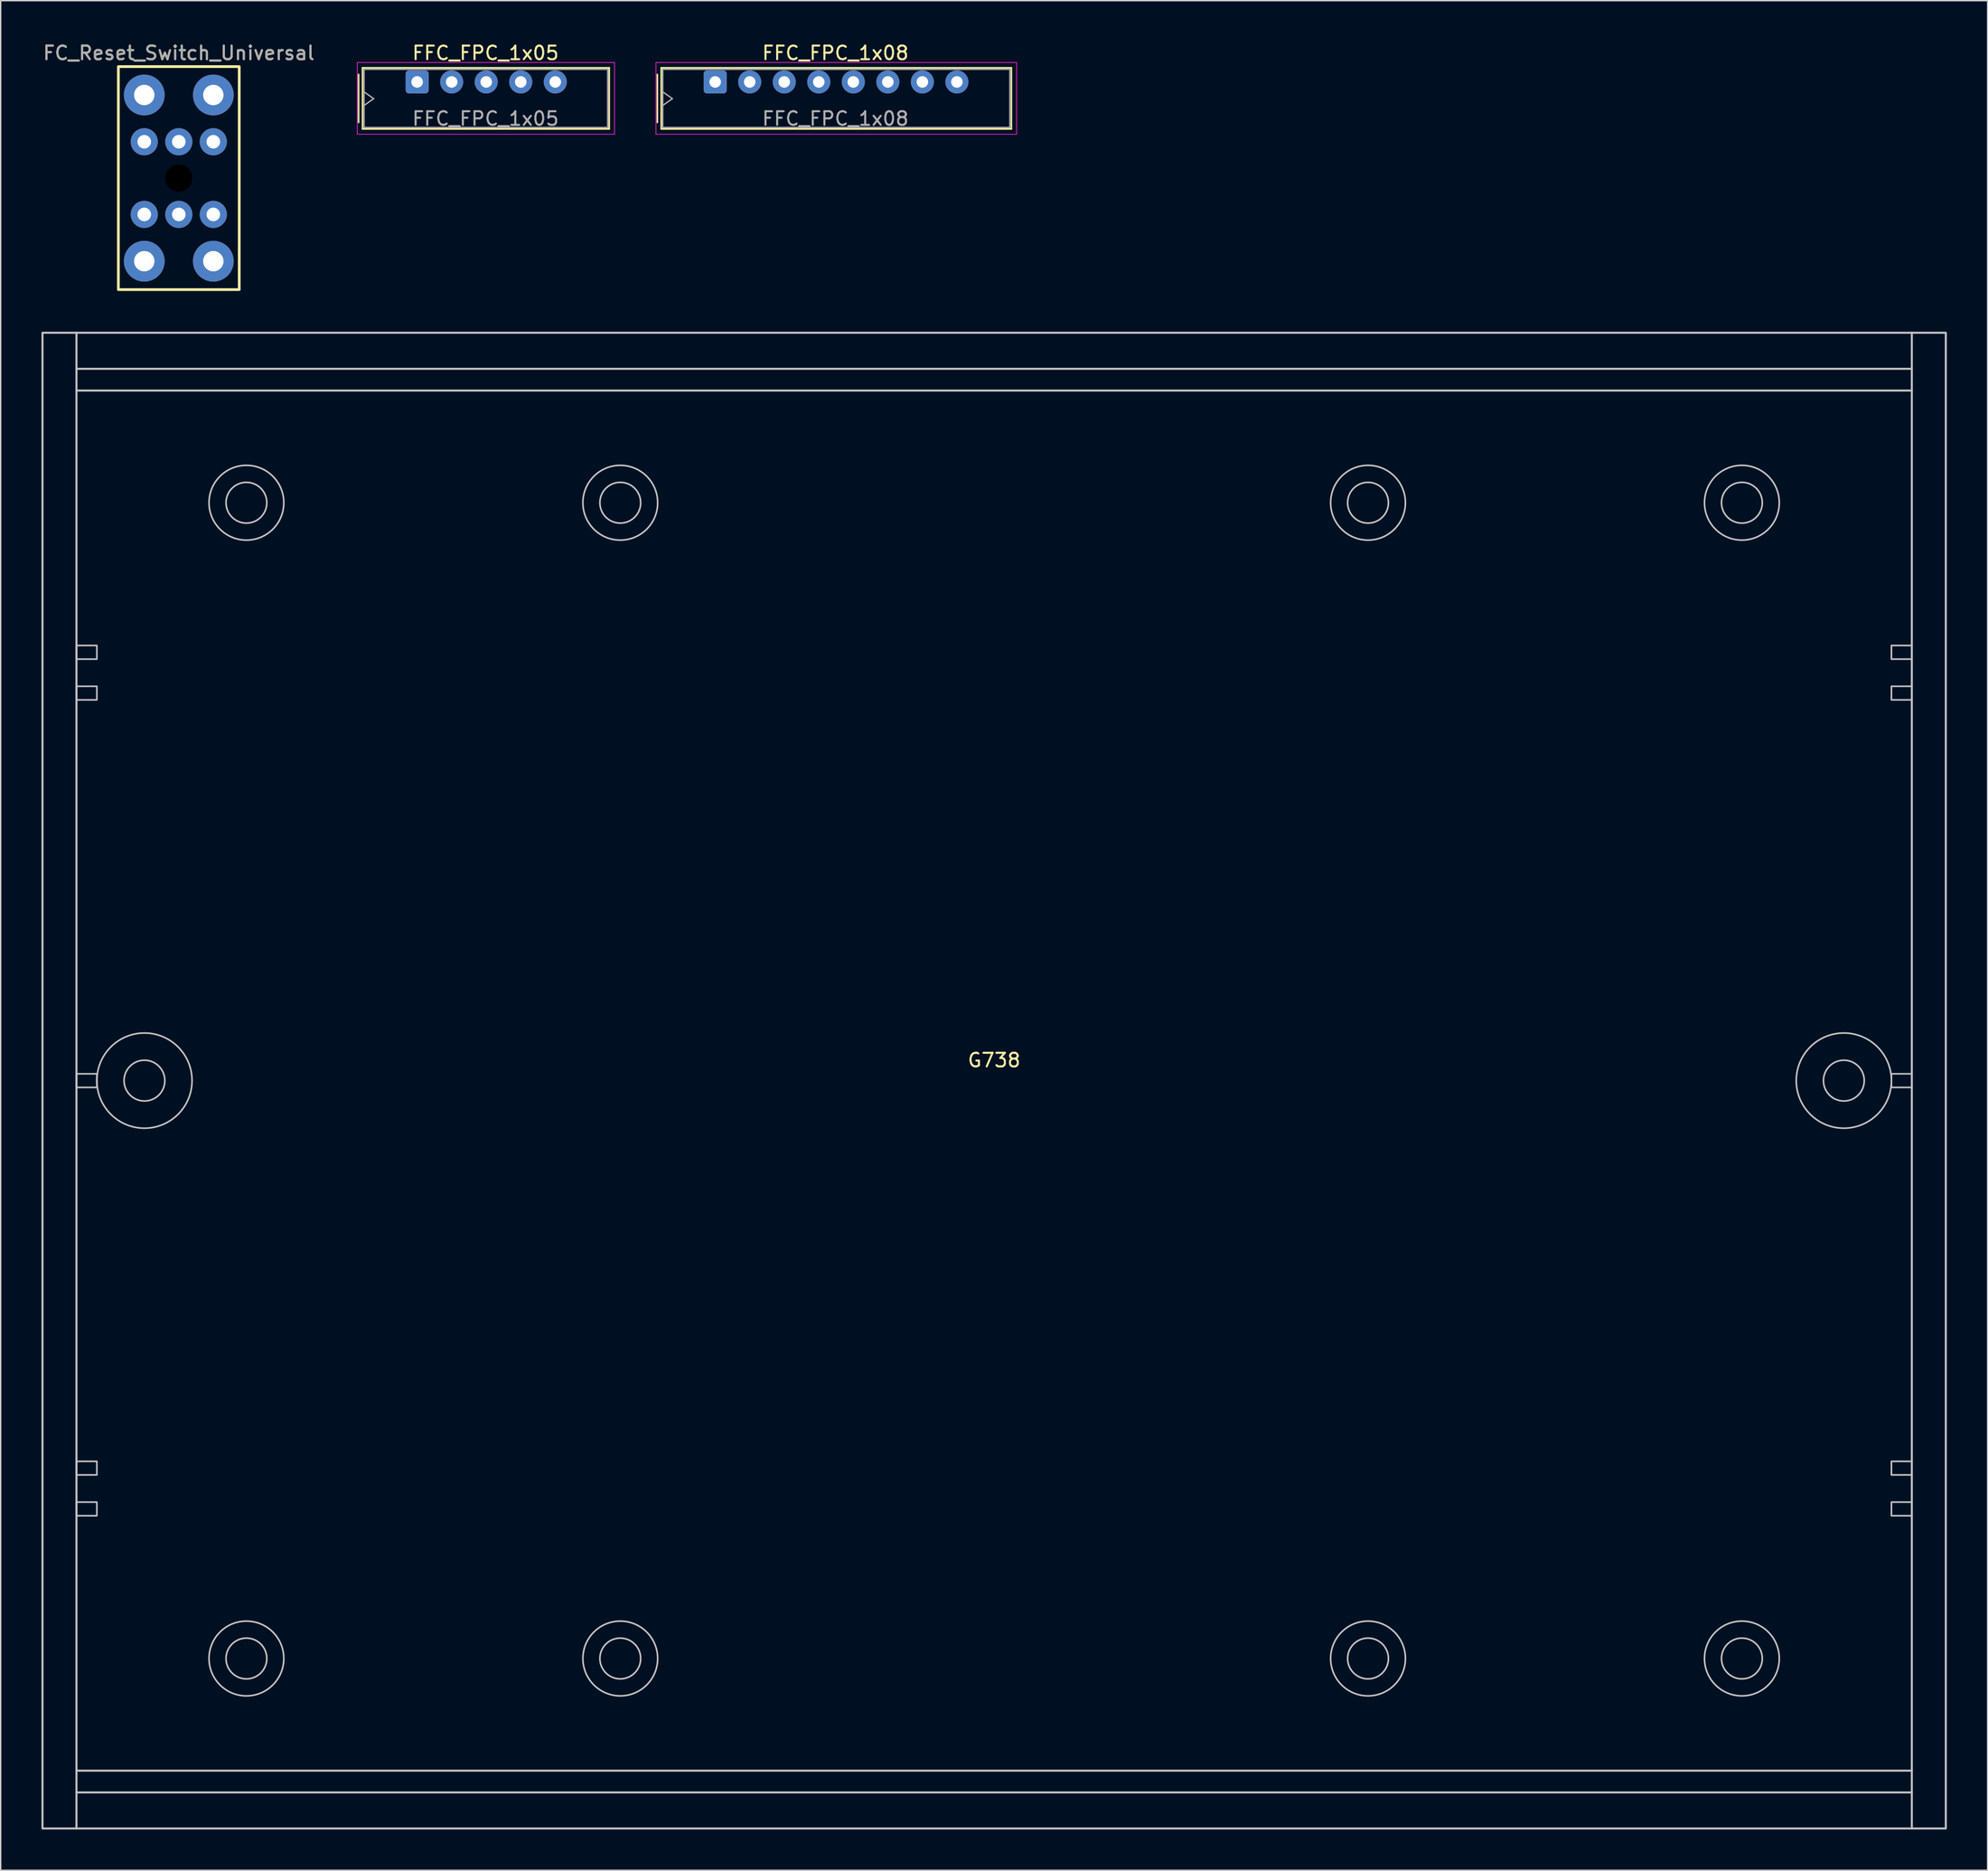
<source format=kicad_pcb>
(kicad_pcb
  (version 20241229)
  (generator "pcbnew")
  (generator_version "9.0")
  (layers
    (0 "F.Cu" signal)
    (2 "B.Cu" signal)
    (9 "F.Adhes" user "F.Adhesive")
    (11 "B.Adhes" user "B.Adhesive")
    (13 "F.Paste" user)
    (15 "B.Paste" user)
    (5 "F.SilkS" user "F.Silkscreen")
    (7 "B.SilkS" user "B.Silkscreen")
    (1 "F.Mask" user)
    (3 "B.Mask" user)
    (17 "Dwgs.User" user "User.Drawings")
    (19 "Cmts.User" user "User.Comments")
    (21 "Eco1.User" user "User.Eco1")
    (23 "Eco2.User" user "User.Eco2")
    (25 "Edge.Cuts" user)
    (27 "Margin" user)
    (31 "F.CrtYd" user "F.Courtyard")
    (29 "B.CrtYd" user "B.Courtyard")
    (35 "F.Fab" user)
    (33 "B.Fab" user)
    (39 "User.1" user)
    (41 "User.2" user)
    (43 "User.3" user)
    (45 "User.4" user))
  (footprint "FC_Reset_Switch_Universal"
    (layer "F.Cu")
    (at 10.101 10.048)
    (property "Reference" "FC_Reset_Switch_Universal" (at 0 -9.2 0) (unlocked yes) (layer "F.SilkS") (effects (font (size 1 1) (thickness 0.15))))
    (attr through_hole)
    (fp_rect (start -4.445 -8.2) (end 4.445 8.2) (stroke (width 0.2) (type solid)) (fill no) (layer "F.SilkS"))
    (fp_text user "${REFERENCE}" (at 0 -9.2 0) (unlocked yes) (layer "F.Fab") (effects (font (size 1 1) (thickness 0.15))))
    (pad "" np_thru_hole circle (at 0 0) (size 2.5 2.5) (drill 2) (layers "*.Mask"))
    (pad "1" thru_hole circle (at -2.54 -6.112) (size 3 3) (drill 1.5) (layers "*.Cu" "*.Mask"))
    (pad "1" thru_hole circle (at -2.54 -2.672) (size 2 2) (drill 1) (layers "*.Cu" "*.Mask"))
    (pad "1" thru_hole circle (at -2.54 2.672) (size 2 2) (drill 1) (layers "*.Cu" "*.Mask"))
    (pad "1" thru_hole circle (at -2.54 6.112) (size 3 3) (drill 1.5) (layers "*.Cu" "*.Mask"))
    (pad "1" thru_hole circle (at 0 -2.672) (size 2 2) (drill 1) (layers "*.Cu" "*.Mask"))
    (pad "1" thru_hole circle (at 0 2.672) (size 2 2) (drill 1) (layers "*.Cu" "*.Mask"))
    (pad "2" thru_hole circle (at 2.54 -6.112) (size 3 3) (drill 1.5) (layers "*.Cu" "*.Mask"))
    (pad "2" thru_hole circle (at 2.54 -2.672) (size 2 2) (drill 1) (layers "*.Cu" "*.Mask"))
    (pad "2" thru_hole circle (at 2.54 2.672) (size 2 2) (drill 1) (layers "*.Cu" "*.Mask"))
    (pad "2" thru_hole circle (at 2.54 6.112) (size 3 3) (drill 1.5) (layers "*.Cu" "*.Mask")))
  (footprint "FFC_FPC_1x08"
    (layer "F.Cu")
    (at 49.555 2.976)
    (property "Reference" "FFC_FPC_1x08" (at 8.844 -2.128 0) (layer "F.SilkS") (effects (font (size 1 1) (thickness 0.15))))
    (attr through_hole)
    (fp_line (start -4.256 -0.548) (end -4.256 2.976) (stroke (width 0.12) (type solid)) (layer "F.SilkS"))
    (fp_line (start -3.966 -1.038) (end -3.966 3.458) (stroke (width 0.12) (type solid)) (layer "F.SilkS"))
    (fp_line (start -3.966 3.458) (end 21.784 3.458) (stroke (width 0.12) (type solid)) (layer "F.SilkS"))
    (fp_line (start 21.784 -1.038) (end -3.966 -1.038) (stroke (width 0.12) (type solid)) (layer "F.SilkS"))
    (fp_line (start 21.784 3.458) (end 21.784 -1.038) (stroke (width 0.12) (type solid)) (layer "F.SilkS"))
    (fp_line (start -4.356 -1.428) (end -4.356 3.848) (stroke (width 0.05) (type solid)) (layer "F.CrtYd"))
    (fp_line (start -4.356 3.848) (end 22.174 3.848) (stroke (width 0.05) (type solid)) (layer "F.CrtYd"))
    (fp_line (start 22.174 -1.428) (end -4.356 -1.428) (stroke (width 0.05) (type solid)) (layer "F.CrtYd"))
    (fp_line (start 22.174 3.848) (end 22.174 -1.428) (stroke (width 0.05) (type solid)) (layer "F.CrtYd"))
    (fp_line (start -3.856 -0.928) (end -3.856 3.348) (stroke (width 0.1) (type solid)) (layer "F.Fab"))
    (fp_line (start -3.856 0.73) (end -3.149 1.23) (stroke (width 0.1) (type solid)) (layer "F.Fab"))
    (fp_line (start -3.856 3.348) (end 21.674 3.348) (stroke (width 0.1) (type solid)) (layer "F.Fab"))
    (fp_line (start -3.149 1.23) (end -3.856 1.73) (stroke (width 0.1) (type solid)) (layer "F.Fab"))
    (fp_line (start 21.674 -0.928) (end -3.856 -0.928) (stroke (width 0.1) (type solid)) (layer "F.Fab"))
    (fp_line (start 21.674 3.348) (end 21.674 -0.928) (stroke (width 0.1) (type solid)) (layer "F.Fab"))
    (fp_text user "${REFERENCE}" (at 8.844 2.7 0) (layer "F.Fab") (effects (font (size 1 1) (thickness 0.15))))
    (pad "1" thru_hole roundrect (at 0 0) (size 1.7 1.7) (drill 0.85) (layers "*.Cu" "*.Mask") (roundrect_rratio 0.144))
    (pad "2" thru_hole circle (at 2.54 0) (size 1.7 1.7) (drill 0.85) (layers "*.Cu" "*.Mask"))
    (pad "3" thru_hole circle (at 5.08 0) (size 1.7 1.7) (drill 0.85) (layers "*.Cu" "*.Mask"))
    (pad "4" thru_hole circle (at 7.62 0) (size 1.7 1.7) (drill 0.85) (layers "*.Cu" "*.Mask"))
    (pad "5" thru_hole circle (at 10.16 0) (size 1.7 1.7) (drill 0.85) (layers "*.Cu" "*.Mask"))
    (pad "6" thru_hole circle (at 12.7 0) (size 1.7 1.7) (drill 0.85) (layers "*.Cu" "*.Mask"))
    (pad "7" thru_hole circle (at 15.24 0) (size 1.7 1.7) (drill 0.85) (layers "*.Cu" "*.Mask"))
    (pad "8" thru_hole circle (at 17.78 0) (size 1.7 1.7) (drill 0.85) (layers "*.Cu" "*.Mask")))
  (footprint "G738"
    (layer "F.Cu")
    (at 70.075 76.423)
    (property "Reference" "G738" (at 0 -1.5 0) (unlocked yes) (layer "F.SilkS") (effects (font (size 1 1) (thickness 0.15))))
    (fp_line (start -67.5 -55) (end -67.5 55) (stroke (width 0.15) (type default)) (layer "Dwgs.User"))
    (fp_line (start -67.5 -52.35) (end 67.5 -52.35) (stroke (width 0.15) (type default)) (layer "Dwgs.User"))
    (fp_line (start -67.5 -50.75) (end 67.5 -50.75) (stroke (width 0.15) (type default)) (layer "Dwgs.User"))
    (fp_line (start -67.5 50.75) (end 67.5 50.75) (stroke (width 0.15) (type default)) (layer "Dwgs.User"))
    (fp_line (start -67.5 52.35) (end 67.5 52.35) (stroke (width 0.15) (type default)) (layer "Dwgs.User"))
    (fp_line (start 67.5 -55) (end 67.5 55) (stroke (width 0.15) (type default)) (layer "Dwgs.User"))
    (fp_rect (start -70 -55) (end 70 55) (stroke (width 0.15) (type default)) (fill no) (layer "Dwgs.User"))
    (fp_rect (start -67.5 -32) (end -66 -31) (stroke (width 0.12) (type default)) (fill no) (layer "Dwgs.User"))
    (fp_rect (start -67.5 -29) (end -66 -28) (stroke (width 0.12) (type default)) (fill no) (layer "Dwgs.User"))
    (fp_rect (start -67.5 -0.5) (end -66 0.5) (stroke (width 0.12) (type default)) (fill no) (layer "Dwgs.User"))
    (fp_rect (start -67.5 28) (end -66 29) (stroke (width 0.12) (type default)) (fill no) (layer "Dwgs.User"))
    (fp_rect (start -67.5 31) (end -66 32) (stroke (width 0.12) (type default)) (fill no) (layer "Dwgs.User"))
    (fp_rect (start 66 -32) (end 67.5 -31) (stroke (width 0.12) (type default)) (fill no) (layer "Dwgs.User"))
    (fp_rect (start 66 -29) (end 67.5 -28) (stroke (width 0.12) (type default)) (fill no) (layer "Dwgs.User"))
    (fp_rect (start 66 28) (end 67.5 29) (stroke (width 0.12) (type default)) (fill no) (layer "Dwgs.User"))
    (fp_rect (start 66 31) (end 67.5 32) (stroke (width 0.12) (type default)) (fill no) (layer "Dwgs.User"))
    (fp_rect (start 67.5 0.5) (end 66 -0.5) (stroke (width 0.12) (type default)) (fill no) (layer "Dwgs.User"))
    (fp_circle (center -62.5 0) (end -61 0) (stroke (width 0.12) (type default)) (fill no) (layer "Dwgs.User"))
    (fp_circle (center -62.5 0) (end -59 0) (stroke (width 0.12) (type default)) (fill no) (layer "Dwgs.User"))
    (fp_circle (center -55 -42.5) (end -53.5 -42.5) (stroke (width 0.12) (type default)) (fill no) (layer "Dwgs.User"))
    (fp_circle (center -55 -42.5) (end -52.25 -42.5) (stroke (width 0.12) (type default)) (fill no) (layer "Dwgs.User"))
    (fp_circle (center -55 42.5) (end -53.5 42.5) (stroke (width 0.12) (type default)) (fill no) (layer "Dwgs.User"))
    (fp_circle (center -55 42.5) (end -52.25 42.5) (stroke (width 0.12) (type default)) (fill no) (layer "Dwgs.User"))
    (fp_circle (center -27.5 -42.5) (end -26 -42.5) (stroke (width 0.12) (type default)) (fill no) (layer "Dwgs.User"))
    (fp_circle (center -27.5 -42.5) (end -24.75 -42.5) (stroke (width 0.12) (type default)) (fill no) (layer "Dwgs.User"))
    (fp_circle (center -27.5 42.5) (end -26 42.5) (stroke (width 0.12) (type default)) (fill no) (layer "Dwgs.User"))
    (fp_circle (center -27.5 42.5) (end -24.75 42.5) (stroke (width 0.12) (type default)) (fill no) (layer "Dwgs.User"))
    (fp_circle (center 27.5 -42.5) (end 29 -42.5) (stroke (width 0.12) (type default)) (fill no) (layer "Dwgs.User"))
    (fp_circle (center 27.5 -42.5) (end 30.25 -42.5) (stroke (width 0.12) (type default)) (fill no) (layer "Dwgs.User"))
    (fp_circle (center 27.5 42.5) (end 29 42.5) (stroke (width 0.12) (type default)) (fill no) (layer "Dwgs.User"))
    (fp_circle (center 27.5 42.5) (end 30.25 42.5) (stroke (width 0.12) (type default)) (fill no) (layer "Dwgs.User"))
    (fp_circle (center 55 -42.5) (end 56.5 -42.5) (stroke (width 0.12) (type default)) (fill no) (layer "Dwgs.User"))
    (fp_circle (center 55 -42.5) (end 57.75 -42.5) (stroke (width 0.12) (type default)) (fill no) (layer "Dwgs.User"))
    (fp_circle (center 55 42.5) (end 56.5 42.5) (stroke (width 0.12) (type default)) (fill no) (layer "Dwgs.User"))
    (fp_circle (center 55 42.5) (end 57.75 42.5) (stroke (width 0.12) (type default)) (fill no) (layer "Dwgs.User"))
    (fp_circle (center 62.5 0) (end 59 0) (stroke (width 0.12) (type default)) (fill no) (layer "Dwgs.User"))
    (fp_circle (center 62.5 0) (end 61 0) (stroke (width 0.12) (type default)) (fill no) (layer "Dwgs.User")))
  (footprint "FFC_FPC_1x05"
    (layer "F.Cu")
    (at 27.583 2.976)
    (property "Reference" "FFC_FPC_1x05" (at 5.08 -2.128 0) (layer "F.SilkS") (effects (font (size 1 1) (thickness 0.15))))
    (attr through_hole)
    (fp_line (start -4.256 -0.548) (end -4.256 2.976) (stroke (width 0.12) (type solid)) (layer "F.SilkS"))
    (fp_line (start -3.966 -1.038) (end -3.966 3.458) (stroke (width 0.12) (type solid)) (layer "F.SilkS"))
    (fp_line (start -3.966 3.458) (end 14.176 3.458) (stroke (width 0.12) (type solid)) (layer "F.SilkS"))
    (fp_line (start 14.176 -1.038) (end -3.966 -1.038) (stroke (width 0.12) (type solid)) (layer "F.SilkS"))
    (fp_line (start 14.176 3.458) (end 14.176 -1.038) (stroke (width 0.12) (type solid)) (layer "F.SilkS"))
    (fp_line (start -4.356 -1.428) (end -4.356 3.848) (stroke (width 0.05) (type solid)) (layer "F.CrtYd"))
    (fp_line (start -4.356 3.848) (end 14.566 3.848) (stroke (width 0.05) (type solid)) (layer "F.CrtYd"))
    (fp_line (start 14.566 -1.428) (end -4.356 -1.428) (stroke (width 0.05) (type solid)) (layer "F.CrtYd"))
    (fp_line (start 14.566 3.848) (end 14.566 -1.428) (stroke (width 0.05) (type solid)) (layer "F.CrtYd"))
    (fp_line (start -3.856 -0.928) (end -3.856 3.348) (stroke (width 0.1) (type solid)) (layer "F.Fab"))
    (fp_line (start -3.856 0.73) (end -3.149 1.23) (stroke (width 0.1) (type solid)) (layer "F.Fab"))
    (fp_line (start -3.856 3.348) (end 14.066 3.348) (stroke (width 0.1) (type solid)) (layer "F.Fab"))
    (fp_line (start -3.149 1.23) (end -3.856 1.73) (stroke (width 0.1) (type solid)) (layer "F.Fab"))
    (fp_line (start 14.066 -0.928) (end -3.856 -0.928) (stroke (width 0.1) (type solid)) (layer "F.Fab"))
    (fp_line (start 14.066 3.348) (end 14.066 -0.928) (stroke (width 0.1) (type solid)) (layer "F.Fab"))
    (fp_text user "${REFERENCE}" (at 5.08 2.7 0) (layer "F.Fab") (effects (font (size 1 1) (thickness 0.15))))
    (pad "1" thru_hole roundrect (at 0.05 0) (size 1.7 1.7) (drill 0.85) (layers "*.Cu" "*.Mask") (roundrect_rratio 0.144))
    (pad "2" thru_hole circle (at 2.59 0) (size 1.7 1.7) (drill 0.85) (layers "*.Cu" "*.Mask"))
    (pad "3" thru_hole circle (at 5.13 0) (size 1.7 1.7) (drill 0.85) (layers "*.Cu" "*.Mask"))
    (pad "4" thru_hole circle (at 7.67 0) (size 1.7 1.7) (drill 0.85) (layers "*.Cu" "*.Mask"))
    (pad "5" thru_hole circle (at 10.21 0) (size 1.7 1.7) (drill 0.85) (layers "*.Cu" "*.Mask")))
  (gr_rect
    (start -3 -3)
    (end 143.15 134.498)
    (stroke (width 0.1) (type default))
    (fill no)
    (layer "Edge.Cuts")))
</source>
